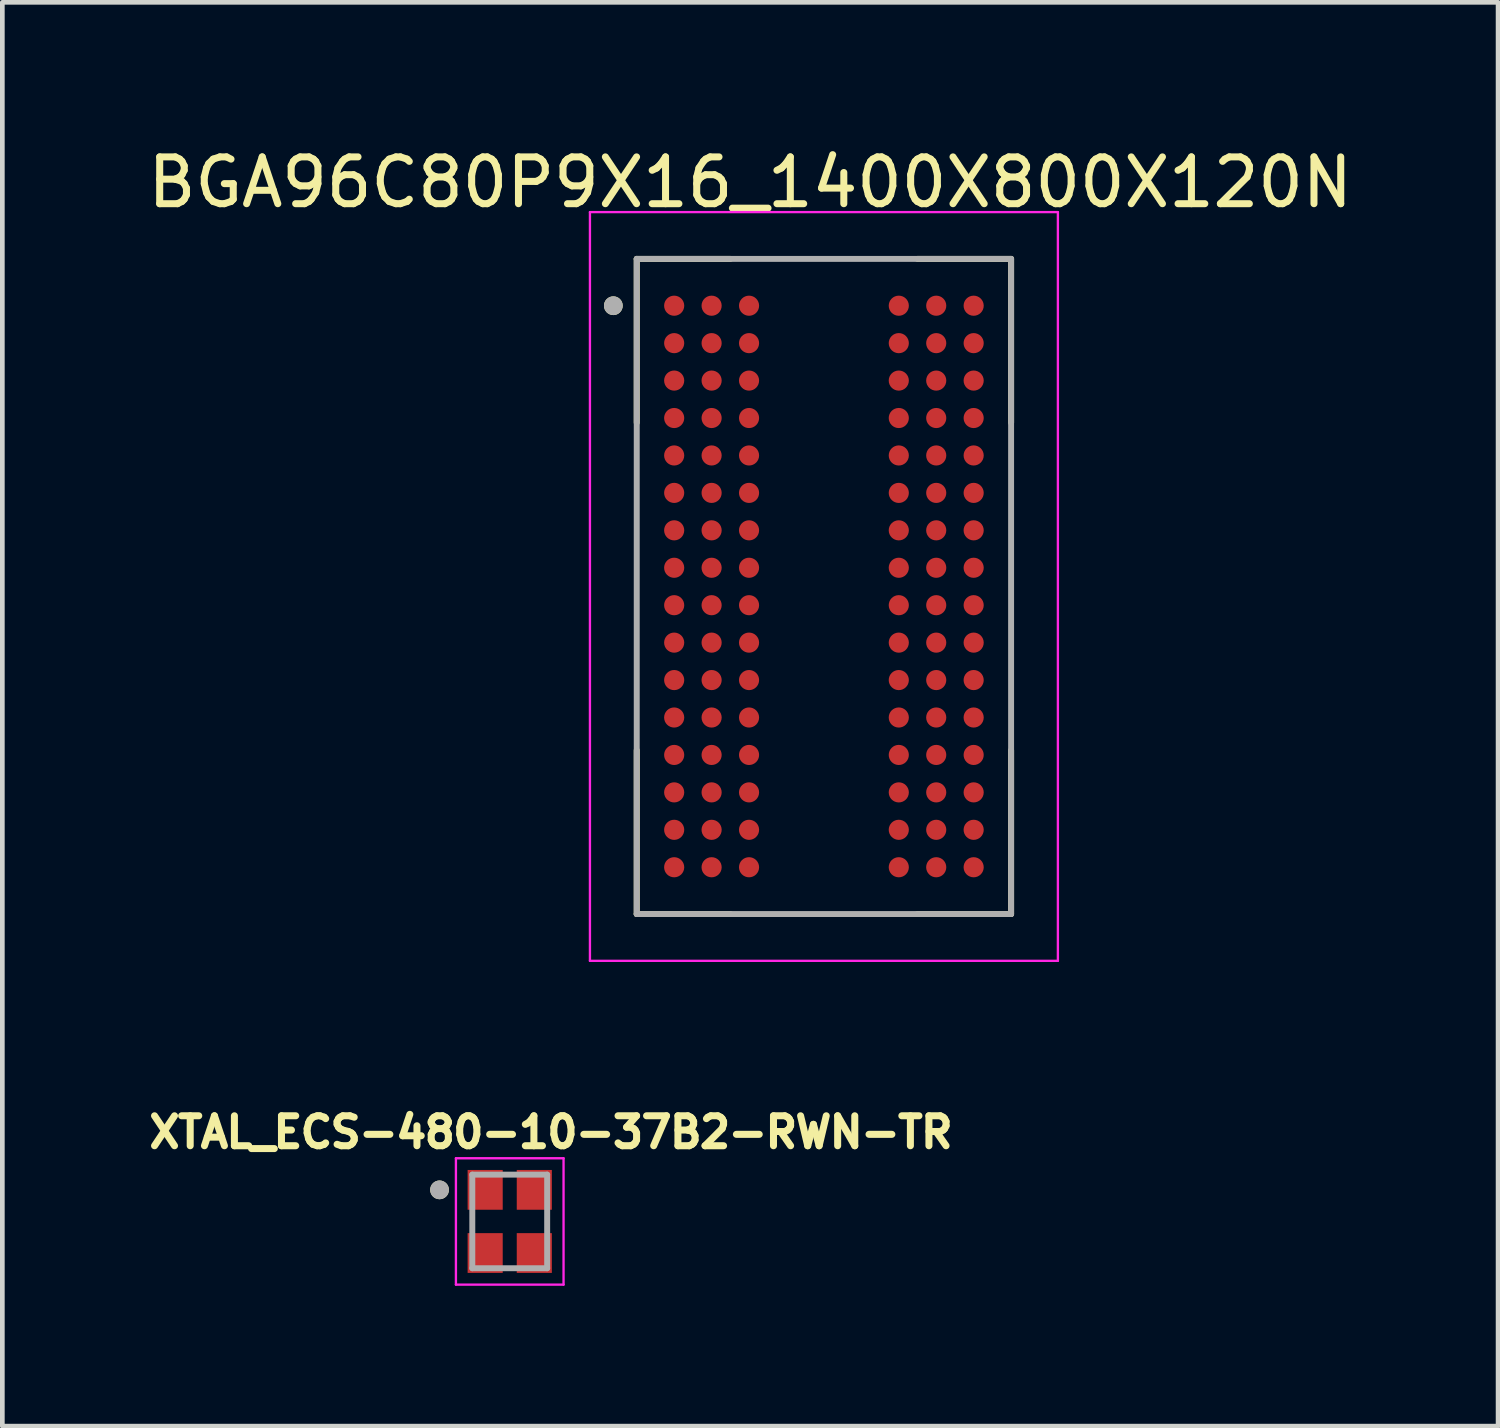
<source format=kicad_pcb>
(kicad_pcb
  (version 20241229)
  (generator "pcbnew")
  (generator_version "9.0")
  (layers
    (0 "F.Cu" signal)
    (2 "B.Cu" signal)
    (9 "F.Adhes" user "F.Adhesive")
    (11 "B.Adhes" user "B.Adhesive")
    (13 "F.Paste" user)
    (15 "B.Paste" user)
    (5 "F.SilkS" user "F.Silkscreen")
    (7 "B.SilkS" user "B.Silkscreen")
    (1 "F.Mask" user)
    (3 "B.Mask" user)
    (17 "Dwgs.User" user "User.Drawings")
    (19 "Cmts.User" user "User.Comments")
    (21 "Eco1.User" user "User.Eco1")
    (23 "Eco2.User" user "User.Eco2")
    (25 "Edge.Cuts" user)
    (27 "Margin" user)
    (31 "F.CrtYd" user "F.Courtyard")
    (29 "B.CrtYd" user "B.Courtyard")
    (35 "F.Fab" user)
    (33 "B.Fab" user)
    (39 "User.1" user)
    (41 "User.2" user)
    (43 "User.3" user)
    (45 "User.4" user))
  (footprint "XTAL_ECS-480-10-37B2-RWN-TR"
    (layer "F.Cu")
    (at 7.843 23.052)
    (property "Reference" "XTAL_ECS-480-10-37B2-RWN-TR" (at 0.882 -1.906 0) (layer "F.SilkS") (effects (font (size 0.64 0.64) (thickness 0.15))))
    (attr through_hole)
    (fp_circle (center -1.5 -0.675) (end -1.4 -0.675) (stroke (width 0.2) (type solid)) (fill no) (layer "F.SilkS"))
    (fp_line (start -1.15 -1.35) (end -1.15 1.35) (stroke (width 0.05) (type solid)) (layer "F.CrtYd"))
    (fp_line (start -1.15 1.35) (end 1.15 1.35) (stroke (width 0.05) (type solid)) (layer "F.CrtYd"))
    (fp_line (start 1.15 -1.35) (end -1.15 -1.35) (stroke (width 0.05) (type solid)) (layer "F.CrtYd"))
    (fp_line (start 1.15 1.35) (end 1.15 -1.35) (stroke (width 0.05) (type solid)) (layer "F.CrtYd"))
    (fp_line (start -0.8 -1) (end 0.8 -1) (stroke (width 0.127) (type solid)) (layer "F.Fab"))
    (fp_line (start -0.8 1) (end -0.8 -1) (stroke (width 0.127) (type solid)) (layer "F.Fab"))
    (fp_line (start 0.8 -1) (end 0.8 1) (stroke (width 0.127) (type solid)) (layer "F.Fab"))
    (fp_line (start 0.8 1) (end -0.8 1) (stroke (width 0.127) (type solid)) (layer "F.Fab"))
    (fp_circle (center -1.5 -0.675) (end -1.4 -0.675) (stroke (width 0.2) (type solid)) (fill no) (layer "F.Fab"))
    (pad "1" smd rect (at -0.525 -0.675) (size 0.75 0.85) (layers "F.Cu" "F.Mask" "F.Paste"))
    (pad "2" smd rect (at -0.525 0.675) (size 0.75 0.85) (layers "F.Cu" "F.Mask" "F.Paste"))
    (pad "3" smd rect (at 0.525 0.675) (size 0.75 0.85) (layers "F.Cu" "F.Mask" "F.Paste"))
    (pad "4" smd rect (at 0.525 -0.675) (size 0.75 0.85) (layers "F.Cu" "F.Mask" "F.Paste")))
  (footprint "BGA96C80P9X16_1400X800X120N"
    (layer "F.Cu")
    (at 14.557 9.483)
    (property "Reference" "BGA96C80P9X16_1400X800X120N" (at -1.575 -8.635 0) (layer "F.SilkS") (effects (font (size 1 1) (thickness 0.15))))
    (attr through_hole)
    (fp_line (start -4 -7) (end -4 -3.5) (stroke (width 0.127) (type solid)) (layer "F.SilkS"))
    (fp_line (start -4 -7) (end -2 -7) (stroke (width 0.127) (type solid)) (layer "F.SilkS"))
    (fp_line (start -4 7) (end -4 3.5) (stroke (width 0.127) (type solid)) (layer "F.SilkS"))
    (fp_line (start -4 7) (end -2 7) (stroke (width 0.127) (type solid)) (layer "F.SilkS"))
    (fp_line (start 4 -7) (end 2 -7) (stroke (width 0.127) (type solid)) (layer "F.SilkS"))
    (fp_line (start 4 -7) (end 4 -3.5) (stroke (width 0.127) (type solid)) (layer "F.SilkS"))
    (fp_line (start 4 7) (end 2 7) (stroke (width 0.127) (type solid)) (layer "F.SilkS"))
    (fp_line (start 4 7) (end 4 3.5) (stroke (width 0.127) (type solid)) (layer "F.SilkS"))
    (fp_circle (center -4.5 -6) (end -4.4 -6) (stroke (width 0.2) (type solid)) (fill no) (layer "F.SilkS"))
    (fp_line (start -5 -8) (end 5 -8) (stroke (width 0.05) (type solid)) (layer "F.CrtYd"))
    (fp_line (start -5 8) (end -5 -8) (stroke (width 0.05) (type solid)) (layer "F.CrtYd"))
    (fp_line (start -5 8) (end 5 8) (stroke (width 0.05) (type solid)) (layer "F.CrtYd"))
    (fp_line (start 5 8) (end 5 -8) (stroke (width 0.05) (type solid)) (layer "F.CrtYd"))
    (fp_line (start -4 7) (end -4 -7) (stroke (width 0.127) (type solid)) (layer "F.Fab"))
    (fp_line (start 4 -7) (end -4 -7) (stroke (width 0.127) (type solid)) (layer "F.Fab"))
    (fp_line (start 4 7) (end -4 7) (stroke (width 0.127) (type solid)) (layer "F.Fab"))
    (fp_line (start 4 7) (end 4 -7) (stroke (width 0.127) (type solid)) (layer "F.Fab"))
    (fp_circle (center -4.5 -6) (end -4.4 -6) (stroke (width 0.2) (type solid)) (fill no) (layer "F.Fab"))
    (pad "A1" smd circle (at -3.2 -6) (size 0.43 0.43) (layers "F.Cu" "F.Mask" "F.Paste"))
    (pad "A2" smd circle (at -2.4 -6) (size 0.43 0.43) (layers "F.Cu" "F.Mask" "F.Paste"))
    (pad "A3" smd circle (at -1.6 -6) (size 0.43 0.43) (layers "F.Cu" "F.Mask" "F.Paste"))
    (pad "A7" smd circle (at 1.6 -6) (size 0.43 0.43) (layers "F.Cu" "F.Mask" "F.Paste"))
    (pad "A8" smd circle (at 2.4 -6) (size 0.43 0.43) (layers "F.Cu" "F.Mask" "F.Paste"))
    (pad "A9" smd circle (at 3.2 -6) (size 0.43 0.43) (layers "F.Cu" "F.Mask" "F.Paste"))
    (pad "B1" smd circle (at -3.2 -5.2) (size 0.43 0.43) (layers "F.Cu" "F.Mask" "F.Paste"))
    (pad "B2" smd circle (at -2.4 -5.2) (size 0.43 0.43) (layers "F.Cu" "F.Mask" "F.Paste"))
    (pad "B3" smd circle (at -1.6 -5.2) (size 0.43 0.43) (layers "F.Cu" "F.Mask" "F.Paste"))
    (pad "B7" smd circle (at 1.6 -5.2) (size 0.43 0.43) (layers "F.Cu" "F.Mask" "F.Paste"))
    (pad "B8" smd circle (at 2.4 -5.2) (size 0.43 0.43) (layers "F.Cu" "F.Mask" "F.Paste"))
    (pad "B9" smd circle (at 3.2 -5.2) (size 0.43 0.43) (layers "F.Cu" "F.Mask" "F.Paste"))
    (pad "C1" smd circle (at -3.2 -4.4) (size 0.43 0.43) (layers "F.Cu" "F.Mask" "F.Paste"))
    (pad "C2" smd circle (at -2.4 -4.4) (size 0.43 0.43) (layers "F.Cu" "F.Mask" "F.Paste"))
    (pad "C3" smd circle (at -1.6 -4.4) (size 0.43 0.43) (layers "F.Cu" "F.Mask" "F.Paste"))
    (pad "C7" smd circle (at 1.6 -4.4) (size 0.43 0.43) (layers "F.Cu" "F.Mask" "F.Paste"))
    (pad "C8" smd circle (at 2.4 -4.4) (size 0.43 0.43) (layers "F.Cu" "F.Mask" "F.Paste"))
    (pad "C9" smd circle (at 3.2 -4.4) (size 0.43 0.43) (layers "F.Cu" "F.Mask" "F.Paste"))
    (pad "D1" smd circle (at -3.2 -3.6) (size 0.43 0.43) (layers "F.Cu" "F.Mask" "F.Paste"))
    (pad "D2" smd circle (at -2.4 -3.6) (size 0.43 0.43) (layers "F.Cu" "F.Mask" "F.Paste"))
    (pad "D3" smd circle (at -1.6 -3.6) (size 0.43 0.43) (layers "F.Cu" "F.Mask" "F.Paste"))
    (pad "D7" smd circle (at 1.6 -3.6) (size 0.43 0.43) (layers "F.Cu" "F.Mask" "F.Paste"))
    (pad "D8" smd circle (at 2.4 -3.6) (size 0.43 0.43) (layers "F.Cu" "F.Mask" "F.Paste"))
    (pad "D9" smd circle (at 3.2 -3.6) (size 0.43 0.43) (layers "F.Cu" "F.Mask" "F.Paste"))
    (pad "E1" smd circle (at -3.2 -2.8) (size 0.43 0.43) (layers "F.Cu" "F.Mask" "F.Paste"))
    (pad "E2" smd circle (at -2.4 -2.8) (size 0.43 0.43) (layers "F.Cu" "F.Mask" "F.Paste"))
    (pad "E3" smd circle (at -1.6 -2.8) (size 0.43 0.43) (layers "F.Cu" "F.Mask" "F.Paste"))
    (pad "E7" smd circle (at 1.6 -2.8) (size 0.43 0.43) (layers "F.Cu" "F.Mask" "F.Paste"))
    (pad "E8" smd circle (at 2.4 -2.8) (size 0.43 0.43) (layers "F.Cu" "F.Mask" "F.Paste"))
    (pad "E9" smd circle (at 3.2 -2.8) (size 0.43 0.43) (layers "F.Cu" "F.Mask" "F.Paste"))
    (pad "F1" smd circle (at -3.2 -2) (size 0.43 0.43) (layers "F.Cu" "F.Mask" "F.Paste"))
    (pad "F2" smd circle (at -2.4 -2) (size 0.43 0.43) (layers "F.Cu" "F.Mask" "F.Paste"))
    (pad "F3" smd circle (at -1.6 -2) (size 0.43 0.43) (layers "F.Cu" "F.Mask" "F.Paste"))
    (pad "F7" smd circle (at 1.6 -2) (size 0.43 0.43) (layers "F.Cu" "F.Mask" "F.Paste"))
    (pad "F8" smd circle (at 2.4 -2) (size 0.43 0.43) (layers "F.Cu" "F.Mask" "F.Paste"))
    (pad "F9" smd circle (at 3.2 -2) (size 0.43 0.43) (layers "F.Cu" "F.Mask" "F.Paste"))
    (pad "G1" smd circle (at -3.2 -1.2) (size 0.43 0.43) (layers "F.Cu" "F.Mask" "F.Paste"))
    (pad "G2" smd circle (at -2.4 -1.2) (size 0.43 0.43) (layers "F.Cu" "F.Mask" "F.Paste"))
    (pad "G3" smd circle (at -1.6 -1.2) (size 0.43 0.43) (layers "F.Cu" "F.Mask" "F.Paste"))
    (pad "G7" smd circle (at 1.6 -1.2) (size 0.43 0.43) (layers "F.Cu" "F.Mask" "F.Paste"))
    (pad "G8" smd circle (at 2.4 -1.2) (size 0.43 0.43) (layers "F.Cu" "F.Mask" "F.Paste"))
    (pad "G9" smd circle (at 3.2 -1.2) (size 0.43 0.43) (layers "F.Cu" "F.Mask" "F.Paste"))
    (pad "H1" smd circle (at -3.2 -0.4) (size 0.43 0.43) (layers "F.Cu" "F.Mask" "F.Paste"))
    (pad "H2" smd circle (at -2.4 -0.4) (size 0.43 0.43) (layers "F.Cu" "F.Mask" "F.Paste"))
    (pad "H3" smd circle (at -1.6 -0.4) (size 0.43 0.43) (layers "F.Cu" "F.Mask" "F.Paste"))
    (pad "H7" smd circle (at 1.6 -0.4) (size 0.43 0.43) (layers "F.Cu" "F.Mask" "F.Paste"))
    (pad "H8" smd circle (at 2.4 -0.4) (size 0.43 0.43) (layers "F.Cu" "F.Mask" "F.Paste"))
    (pad "H9" smd circle (at 3.2 -0.4) (size 0.43 0.43) (layers "F.Cu" "F.Mask" "F.Paste"))
    (pad "J1" smd circle (at -3.2 0.4) (size 0.43 0.43) (layers "F.Cu" "F.Mask" "F.Paste"))
    (pad "J2" smd circle (at -2.4 0.4) (size 0.43 0.43) (layers "F.Cu" "F.Mask" "F.Paste"))
    (pad "J3" smd circle (at -1.6 0.4) (size 0.43 0.43) (layers "F.Cu" "F.Mask" "F.Paste"))
    (pad "J7" smd circle (at 1.6 0.4) (size 0.43 0.43) (layers "F.Cu" "F.Mask" "F.Paste"))
    (pad "J8" smd circle (at 2.4 0.4) (size 0.43 0.43) (layers "F.Cu" "F.Mask" "F.Paste"))
    (pad "J9" smd circle (at 3.2 0.4) (size 0.43 0.43) (layers "F.Cu" "F.Mask" "F.Paste"))
    (pad "K1" smd circle (at -3.2 1.2) (size 0.43 0.43) (layers "F.Cu" "F.Mask" "F.Paste"))
    (pad "K2" smd circle (at -2.4 1.2) (size 0.43 0.43) (layers "F.Cu" "F.Mask" "F.Paste"))
    (pad "K3" smd circle (at -1.6 1.2) (size 0.43 0.43) (layers "F.Cu" "F.Mask" "F.Paste"))
    (pad "K7" smd circle (at 1.6 1.2) (size 0.43 0.43) (layers "F.Cu" "F.Mask" "F.Paste"))
    (pad "K8" smd circle (at 2.4 1.2) (size 0.43 0.43) (layers "F.Cu" "F.Mask" "F.Paste"))
    (pad "K9" smd circle (at 3.2 1.2) (size 0.43 0.43) (layers "F.Cu" "F.Mask" "F.Paste"))
    (pad "L1" smd circle (at -3.2 2) (size 0.43 0.43) (layers "F.Cu" "F.Mask" "F.Paste"))
    (pad "L2" smd circle (at -2.4 2) (size 0.43 0.43) (layers "F.Cu" "F.Mask" "F.Paste"))
    (pad "L3" smd circle (at -1.6 2) (size 0.43 0.43) (layers "F.Cu" "F.Mask" "F.Paste"))
    (pad "L7" smd circle (at 1.6 2) (size 0.43 0.43) (layers "F.Cu" "F.Mask" "F.Paste"))
    (pad "L8" smd circle (at 2.4 2) (size 0.43 0.43) (layers "F.Cu" "F.Mask" "F.Paste"))
    (pad "L9" smd circle (at 3.2 2) (size 0.43 0.43) (layers "F.Cu" "F.Mask" "F.Paste"))
    (pad "M1" smd circle (at -3.2 2.8) (size 0.43 0.43) (layers "F.Cu" "F.Mask" "F.Paste"))
    (pad "M2" smd circle (at -2.4 2.8) (size 0.43 0.43) (layers "F.Cu" "F.Mask" "F.Paste"))
    (pad "M3" smd circle (at -1.6 2.8) (size 0.43 0.43) (layers "F.Cu" "F.Mask" "F.Paste"))
    (pad "M7" smd circle (at 1.6 2.8) (size 0.43 0.43) (layers "F.Cu" "F.Mask" "F.Paste"))
    (pad "M8" smd circle (at 2.4 2.8) (size 0.43 0.43) (layers "F.Cu" "F.Mask" "F.Paste"))
    (pad "M9" smd circle (at 3.2 2.8) (size 0.43 0.43) (layers "F.Cu" "F.Mask" "F.Paste"))
    (pad "N1" smd circle (at -3.2 3.6) (size 0.43 0.43) (layers "F.Cu" "F.Mask" "F.Paste"))
    (pad "N2" smd circle (at -2.4 3.6) (size 0.43 0.43) (layers "F.Cu" "F.Mask" "F.Paste"))
    (pad "N3" smd circle (at -1.6 3.6) (size 0.43 0.43) (layers "F.Cu" "F.Mask" "F.Paste"))
    (pad "N7" smd circle (at 1.6 3.6) (size 0.43 0.43) (layers "F.Cu" "F.Mask" "F.Paste"))
    (pad "N8" smd circle (at 2.4 3.6) (size 0.43 0.43) (layers "F.Cu" "F.Mask" "F.Paste"))
    (pad "N9" smd circle (at 3.2 3.6) (size 0.43 0.43) (layers "F.Cu" "F.Mask" "F.Paste"))
    (pad "P1" smd circle (at -3.2 4.4) (size 0.43 0.43) (layers "F.Cu" "F.Mask" "F.Paste"))
    (pad "P2" smd circle (at -2.4 4.4) (size 0.43 0.43) (layers "F.Cu" "F.Mask" "F.Paste"))
    (pad "P3" smd circle (at -1.6 4.4) (size 0.43 0.43) (layers "F.Cu" "F.Mask" "F.Paste"))
    (pad "P7" smd circle (at 1.6 4.4) (size 0.43 0.43) (layers "F.Cu" "F.Mask" "F.Paste"))
    (pad "P8" smd circle (at 2.4 4.4) (size 0.43 0.43) (layers "F.Cu" "F.Mask" "F.Paste"))
    (pad "P9" smd circle (at 3.2 4.4) (size 0.43 0.43) (layers "F.Cu" "F.Mask" "F.Paste"))
    (pad "R1" smd circle (at -3.2 5.2) (size 0.43 0.43) (layers "F.Cu" "F.Mask" "F.Paste"))
    (pad "R2" smd circle (at -2.4 5.2) (size 0.43 0.43) (layers "F.Cu" "F.Mask" "F.Paste"))
    (pad "R3" smd circle (at -1.6 5.2) (size 0.43 0.43) (layers "F.Cu" "F.Mask" "F.Paste"))
    (pad "R7" smd circle (at 1.6 5.2) (size 0.43 0.43) (layers "F.Cu" "F.Mask" "F.Paste"))
    (pad "R8" smd circle (at 2.4 5.2) (size 0.43 0.43) (layers "F.Cu" "F.Mask" "F.Paste"))
    (pad "R9" smd circle (at 3.2 5.2) (size 0.43 0.43) (layers "F.Cu" "F.Mask" "F.Paste"))
    (pad "T1" smd circle (at -3.2 6) (size 0.43 0.43) (layers "F.Cu" "F.Mask" "F.Paste"))
    (pad "T2" smd circle (at -2.4 6) (size 0.43 0.43) (layers "F.Cu" "F.Mask" "F.Paste"))
    (pad "T3" smd circle (at -1.6 6) (size 0.43 0.43) (layers "F.Cu" "F.Mask" "F.Paste"))
    (pad "T7" smd circle (at 1.6 6) (size 0.43 0.43) (layers "F.Cu" "F.Mask" "F.Paste"))
    (pad "T8" smd circle (at 2.4 6) (size 0.43 0.43) (layers "F.Cu" "F.Mask" "F.Paste"))
    (pad "T9" smd circle (at 3.2 6) (size 0.43 0.43) (layers "F.Cu" "F.Mask" "F.Paste")))
  (gr_rect
    (start -3 -3)
    (end 28.964 27.427)
    (stroke (width 0.1) (type default))
    (fill no)
    (layer "Edge.Cuts")))
</source>
